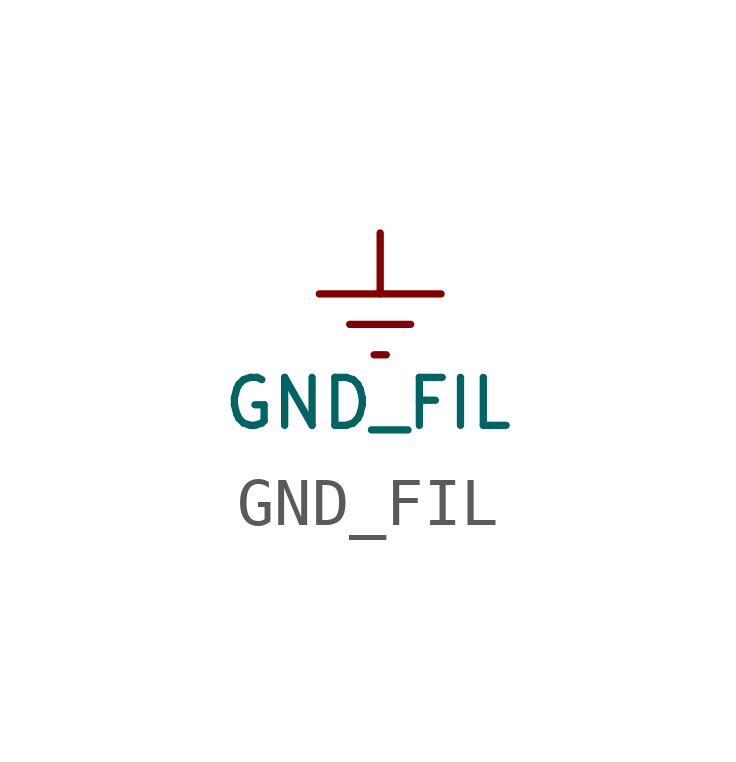
<source format=kicad_sym>
(kicad_symbol_lib
  (version 20241209)
  (generator "kicad_symbol_editor")
  (generator_version "9.0")
  (symbol "GND_FIL"
    (power)
    (pin_names
      (offset 0))
    (property "Reference" "#PWR?"
      (at 0 -3.81 0)
      (effects (font (size 1.27 1.27)) (hide yes)))
    (property "Value" "GND_FIL"
      (at -0.254 -3.556 0)
      (effects (font (size 1 1))))
    (symbol "GND_FIL_0_1"
      (polyline (pts (xy -0.635 -1.905) (xy 0.635 -1.905)) (stroke (width 0) (type default)) (fill (type none)))
      (polyline (pts (xy -0.127 -2.54) (xy 0.127 -2.54)) (stroke (width 0) (type default)) (fill (type none)))
      (polyline (pts (xy 0 -1.27) (xy 0 0)) (stroke (width 0) (type default)) (fill (type none)))
      (polyline (pts (xy 1.27 -1.27) (xy -1.27 -1.27)) (stroke (width 0) (type default)) (fill (type none))))
    (symbol "GND_FIL_1_1"
      (pin power_in line (at 0 0 270) (length 0) (hide yes) (name "GND_FIL" (effects (font (size 1.27 1.27)))) (number "1" (effects (font (size 1.27 1.27))))))))
</source>
